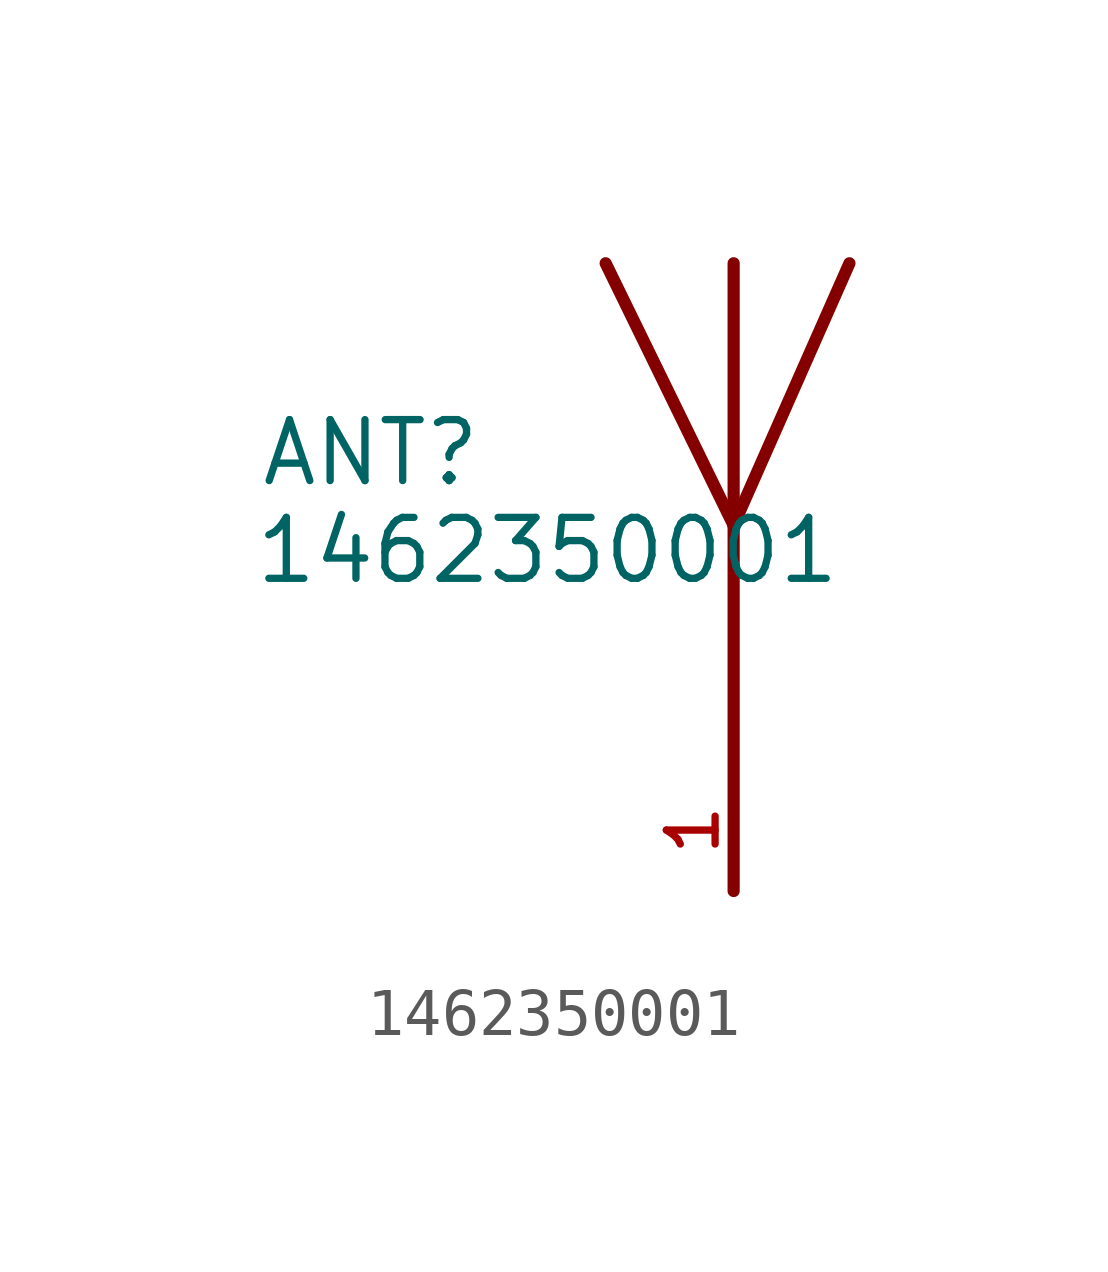
<source format=kicad_sym>
(kicad_symbol_lib
  (version 20211014)
  (generator kicad_symbol_editor)
  (symbol "1462350001"
    (pin_names
      (offset 1.016))
    (property "Reference" "ANT"
      (at -9.9 3.31 0)
      (effects (font (size 1.27 1.27)) (justify bottom left)))
    (property "Value" "1462350001"
      (at -10.027 1.273 0)
      (effects (font (size 1.27 1.27)) (justify bottom left)))
    (symbol "1462350001_0_0"
      (polyline (pts (xy 2.413 8.001) (xy 0.0 2.54)) (stroke (width 0.254)))
      (polyline (pts (xy 0.0 2.54) (xy -2.667 8.001)) (stroke (width 0.254)))
      (polyline (pts (xy 0.0 8.001) (xy 0.0 2.54)) (stroke (width 0.254)))
      (polyline (pts (xy 0.0 2.54) (xy 0.0 -5.08)) (stroke (width 0.254)))
      (pin input line (at 0.0 -5.08 90.0) (length 2.54) (name "~" (effects (font (size 1.016 1.016)))) (number "1" (effects (font (size 1.016 1.016))))))))
</source>
